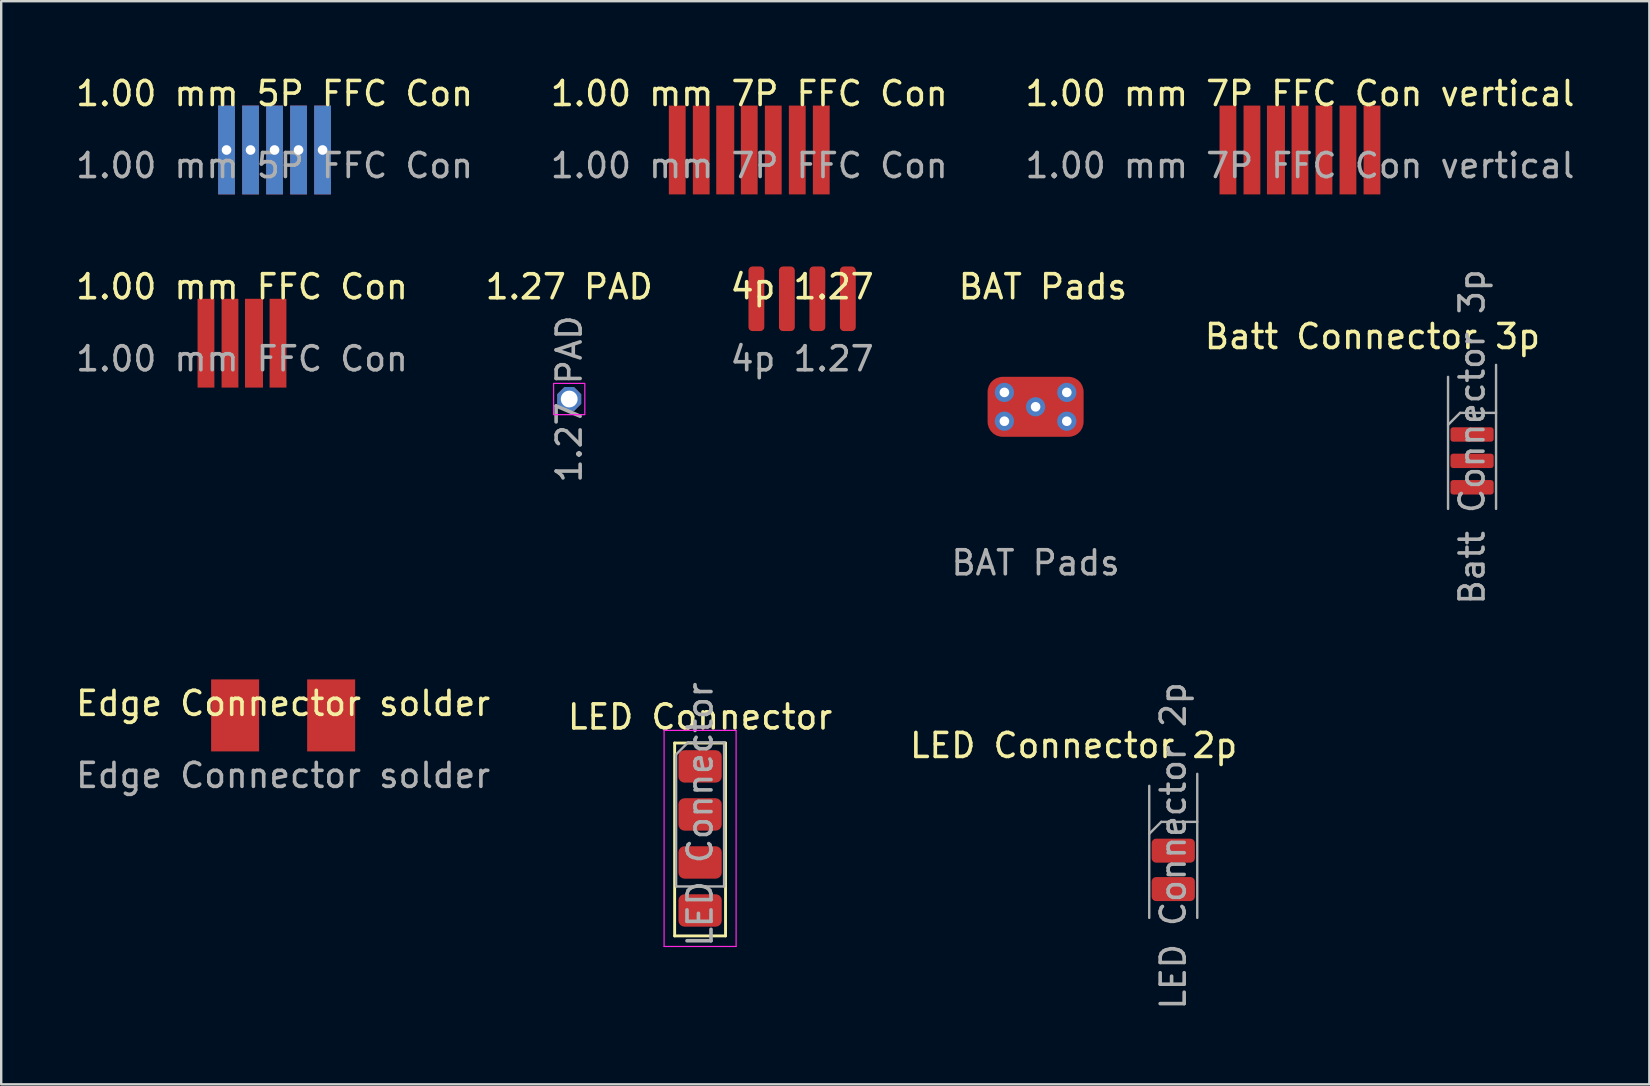
<source format=kicad_pcb>
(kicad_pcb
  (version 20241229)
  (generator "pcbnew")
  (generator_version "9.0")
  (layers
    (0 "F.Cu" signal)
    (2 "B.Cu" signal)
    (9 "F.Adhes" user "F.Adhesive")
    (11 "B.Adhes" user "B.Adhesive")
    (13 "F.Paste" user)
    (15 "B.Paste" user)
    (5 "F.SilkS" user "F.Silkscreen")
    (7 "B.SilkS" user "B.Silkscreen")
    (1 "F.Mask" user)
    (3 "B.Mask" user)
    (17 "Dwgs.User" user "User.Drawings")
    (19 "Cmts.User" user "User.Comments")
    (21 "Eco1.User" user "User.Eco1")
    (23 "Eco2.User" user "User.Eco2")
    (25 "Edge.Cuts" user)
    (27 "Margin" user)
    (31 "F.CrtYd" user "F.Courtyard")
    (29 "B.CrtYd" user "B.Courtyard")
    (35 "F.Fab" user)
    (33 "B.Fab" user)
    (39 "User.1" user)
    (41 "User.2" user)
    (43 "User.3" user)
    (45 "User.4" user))
  (footprint "1.00 mm FFC Con"
    (layer "F.Cu")
    (at 7.03 9.396)
    (property "Reference" "1.00 mm FFC Con" (at 0 -0.5 0) (unlocked yes) (layer "F.SilkS") (effects (font (size 1 1) (thickness 0.15))))
    (attr smd)
    (fp_text user "${REFERENCE}" (at 0 2.5 0) (unlocked yes) (layer "F.Fab") (effects (font (size 1 1) (thickness 0.15))))
    (pad "1" smd rect (at -1.5 1.85) (size 0.7 3.7) (layers "F.Cu" "F.Mask" "F.Paste"))
    (pad "2" smd rect (at -0.5 1.85) (size 0.7 3.7) (layers "F.Cu" "F.Mask" "F.Paste"))
    (pad "3" smd rect (at 0.5 1.85) (size 0.75 3.7) (layers "F.Cu" "F.Mask" "F.Paste"))
    (pad "4" smd rect (at 1.5 1.85) (size 0.7 3.7) (layers "F.Cu" "F.Mask" "F.Paste")))
  (footprint "1.27 PAD"
    (layer "F.Cu")
    (at 20.661 13.572)
    (property "Reference" "1.27 PAD" (at 0 -4.675 0) (layer "F.SilkS") (effects (font (size 1 1) (thickness 0.15))))
    (attr through_hole)
    (fp_rect (start -0.65 -0.65) (end 0.65 0.65) (stroke (width 0.05) (type default)) (fill no) (layer "F.CrtYd"))
    (fp_text user "${REFERENCE}" (at 0 0 90) (layer "F.Fab") (effects (font (size 1 1) (thickness 0.15))))
    (pad "1" thru_hole roundrect (at 0 0) (size 1 1) (drill 0.7) (layers "*.Cu" "*.Mask") (roundrect_rratio 0) (chamfer_ratio 0.3) (chamfer top_left top_right bottom_left bottom_right)))
  (footprint "LED Connector"
    (layer "F.Cu")
    (at 26.113 31.876)
    (property "Reference" "LED Connector" (at 0 -5.06 0) (layer "F.SilkS") (effects (font (size 1 1) (thickness 0.15))))
    (attr through_hole)
    (fp_line (start -1.06 -3.975) (end -1.06 4.06) (stroke (width 0.12) (type solid)) (layer "F.SilkS"))
    (fp_line (start -1.06 -3.975) (end 1.06 -3.975) (stroke (width 0.12) (type solid)) (layer "F.SilkS"))
    (fp_line (start -1.06 4.06) (end 1.06 4.06) (stroke (width 0.12) (type solid)) (layer "F.SilkS"))
    (fp_line (start 1.06 -3.975) (end 1.06 4.06) (stroke (width 0.12) (type solid)) (layer "F.SilkS"))
    (fp_line (start -1.5 -4.5) (end -1.5 4.5) (stroke (width 0.05) (type solid)) (layer "F.CrtYd"))
    (fp_line (start -1.5 4.5) (end 1.5 4.5) (stroke (width 0.05) (type solid)) (layer "F.CrtYd"))
    (fp_line (start 1.5 -4.5) (end -1.5 -4.5) (stroke (width 0.05) (type solid)) (layer "F.CrtYd"))
    (fp_line (start 1.5 4.5) (end 1.5 -4.5) (stroke (width 0.05) (type solid)) (layer "F.CrtYd"))
    (fp_line (start -1 -3.5) (end -0.5 -4) (stroke (width 0.1) (type solid)) (layer "F.Fab"))
    (fp_line (start -1 2) (end -1 -3.5) (stroke (width 0.1) (type solid)) (layer "F.Fab"))
    (fp_line (start -0.5 -4) (end 1 -4) (stroke (width 0.1) (type solid)) (layer "F.Fab"))
    (fp_line (start 1 -4) (end 1 2) (stroke (width 0.1) (type solid)) (layer "F.Fab"))
    (fp_line (start 1 2) (end -1 2) (stroke (width 0.1) (type solid)) (layer "F.Fab"))
    (fp_text user "${REFERENCE}" (at 0 -1 90) (layer "F.Fab") (effects (font (size 1 1) (thickness 0.15))))
    (pad "1" smd roundrect (at 0 -3) (size 1.8 1.35) (layers "F.Cu" "F.Mask" "F.Paste") (roundrect_rratio 0.185))
    (pad "2" smd roundrect (at 0 -1) (size 1.8 1.35) (layers "F.Cu" "F.Mask" "F.Paste") (roundrect_rratio 0.185))
    (pad "3" smd roundrect (at 0 1) (size 1.8 1.35) (layers "F.Cu" "F.Mask" "F.Paste") (roundrect_rratio 0.185))
    (pad "4" smd roundrect (at 0 3) (size 1.8 1.35) (layers "F.Cu" "F.Mask" "F.Paste") (roundrect_rratio 0.185)))
  (footprint "1.00 mm 5P FFC Con"
    (layer "F.Cu")
    (at 8.387 1.348)
    (property "Reference" "1.00 mm 5P FFC Con" (at 0 -0.5 0) (unlocked yes) (layer "F.SilkS") (effects (font (size 1 1) (thickness 0.15))))
    (attr smd)
    (fp_text user "${REFERENCE}" (at 0 2.5 0) (unlocked yes) (layer "F.Fab") (effects (font (size 1 1) (thickness 0.15))))
    (pad "1" thru_hole rect (at -2 1.85) (size 0.7 3.7) (drill 0.4) (layers "*.Cu" "*.Mask"))
    (pad "2" thru_hole rect (at -1 1.85) (size 0.7 3.7) (drill 0.4) (layers "*.Cu" "*.Mask"))
    (pad "3" thru_hole rect (at 0 1.85) (size 0.7 3.7) (drill 0.4) (layers "*.Cu" "*.Mask"))
    (pad "4" thru_hole rect (at 1 1.85) (size 0.7 3.7) (drill 0.4) (layers "*.Cu" "*.Mask"))
    (pad "5" thru_hole rect (at 2 1.85) (size 0.7 3.7) (drill 0.4) (layers "*.Cu" "*.Mask")))
  (footprint "1.00 mm 7P FFC Con"
    (layer "F.Cu")
    (at 28.161 1.348)
    (property "Reference" "1.00 mm 7P FFC Con" (at 0 -0.5 0) (unlocked yes) (layer "F.SilkS") (effects (font (size 1 1) (thickness 0.15))))
    (attr smd)
    (fp_text user "${REFERENCE}" (at 0 2.5 0) (unlocked yes) (layer "F.Fab") (effects (font (size 1 1) (thickness 0.15))))
    (pad "1" smd rect (at -3 1.85) (size 0.7 3.7) (layers "F.Cu" "F.Mask" "F.Paste"))
    (pad "2" smd rect (at -2 1.85) (size 0.7 3.7) (layers "F.Cu" "F.Mask" "F.Paste"))
    (pad "3" smd rect (at -1 1.85) (size 0.75 3.7) (layers "F.Cu" "F.Mask" "F.Paste"))
    (pad "4" smd rect (at 0 1.85) (size 0.7 3.7) (layers "F.Cu" "F.Mask" "F.Paste"))
    (pad "5" smd rect (at 1 1.85) (size 0.7 3.7) (layers "F.Cu" "F.Mask" "F.Paste"))
    (pad "6" smd rect (at 2 1.85) (size 0.7 3.7) (layers "F.Cu" "F.Mask" "F.Paste"))
    (pad "7" smd rect (at 3 1.85) (size 0.7 3.7) (layers "F.Cu" "F.Mask" "F.Paste")))
  (footprint "1.00 mm 7P FFC Con vertical"
    (layer "F.Cu")
    (at 51.101 1.348)
    (property "Reference" "1.00 mm 7P FFC Con vertical" (at 0 -0.5 0) (unlocked yes) (layer "F.SilkS") (effects (font (size 1 1) (thickness 0.15))))
    (attr smd)
    (fp_text user "${REFERENCE}" (at 0 2.5 0) (unlocked yes) (layer "F.Fab") (effects (font (size 1 1) (thickness 0.15))))
    (pad "1" smd rect (at -3 1.85) (size 0.7 3.7) (layers "F.Cu" "F.Mask" "F.Paste"))
    (pad "2" smd rect (at -1 1.85) (size 0.75 3.7) (layers "F.Cu" "F.Mask" "F.Paste"))
    (pad "3" smd rect (at 1 1.85) (size 0.7 3.7) (layers "F.Cu" "F.Mask" "F.Paste"))
    (pad "4" smd rect (at 3 1.85) (size 0.7 3.7) (layers "F.Cu" "F.Mask" "F.Paste"))
    (pad "5" smd rect (at -2 1.85) (size 0.7 3.7) (layers "F.Cu" "F.Mask" "F.Paste"))
    (pad "6" smd rect (at 0 1.85) (size 0.7 3.7) (layers "F.Cu" "F.Mask" "F.Paste"))
    (pad "7" smd rect (at 2 1.85) (size 0.7 3.7) (layers "F.Cu" "F.Mask" "F.Paste")))
  (footprint "Batt Connector 3p"
    (layer "F.Cu")
    (at 58.27 16.149)
    (property "Reference" "Batt Connector 3p" (at -4.15 -5.18 0) (layer "F.SilkS") (effects (font (size 1 1) (thickness 0.15))))
    (attr through_hole)
    (fp_line (start -1 -1.5) (end -0.5 -2) (stroke (width 0.1) (type solid)) (layer "F.Fab"))
    (fp_line (start -1 2) (end -1 -3.5) (stroke (width 0.1) (type solid)) (layer "F.Fab"))
    (fp_line (start -0.5 -2) (end 1 -2) (stroke (width 0.1) (type solid)) (layer "F.Fab"))
    (fp_line (start 1 -4) (end 1 2) (stroke (width 0.1) (type solid)) (layer "F.Fab"))
    (fp_text user "${REFERENCE}" (at 0 -1 90) (layer "F.Fab") (effects (font (size 1 1) (thickness 0.15))))
    (pad "1" smd roundrect (at 0 -1.1) (size 1.8 0.6) (layers "F.Cu" "F.Mask" "F.Paste") (roundrect_rratio 0.185))
    (pad "2" smd roundrect (at 0 0) (size 1.8 0.6) (layers "F.Cu" "F.Mask" "F.Paste") (roundrect_rratio 0.185))
    (pad "3" smd roundrect (at 0 1.1) (size 1.8 0.6) (layers "F.Cu" "F.Mask" "F.Paste") (roundrect_rratio 0.185)))
  (footprint "Edge Connector solder"
    (layer "F.Cu")
    (at 8.744 26.751)
    (property "Reference" "Edge Connector solder" (at 0 -0.5 0) (unlocked yes) (layer "F.SilkS") (effects (font (size 1 1) (thickness 0.15))))
    (attr smd)
    (fp_text user "${REFERENCE}" (at 0 2.5 0) (unlocked yes) (layer "F.Fab") (effects (font (size 1 1) (thickness 0.15))))
    (pad "1" smd rect (at -2 0) (size 2 3) (layers "F.Cu" "F.Mask" "F.Paste"))
    (pad "2" smd rect (at 2 0) (size 2 3) (layers "F.Cu" "F.Mask" "F.Paste")))
  (footprint "4p 1.27"
    (layer "F.Cu")
    (at 30.363 9.396)
    (property "Reference" "4p 1.27" (at 0 -0.5 0) (unlocked yes) (layer "F.SilkS") (effects (font (size 1 1) (thickness 0.15))))
    (attr smd)
    (fp_text user "${REFERENCE}" (at 0 2.5 0) (unlocked yes) (layer "F.Fab") (effects (font (size 1 1) (thickness 0.15))))
    (pad "1" smd roundrect (at -1.905 0) (size 0.66 2.69) (layers "F.Cu" "F.Mask" "F.Paste") (roundrect_rratio 0.25))
    (pad "2" smd roundrect (at -0.635 0) (size 0.66 2.69) (layers "F.Cu" "F.Mask" "F.Paste") (roundrect_rratio 0.25))
    (pad "3" smd roundrect (at 0.635 0) (size 0.66 2.69) (layers "F.Cu" "F.Mask" "F.Paste") (roundrect_rratio 0.25))
    (pad "4" smd roundrect (at 1.905 0) (size 0.66 2.69) (layers "F.Cu" "F.Mask" "F.Paste") (roundrect_rratio 0.25)))
  (footprint "BAT Pads"
    (layer "F.Cu")
    (at 40.089 13.896)
    (property "Reference" "BAT Pads" (at 0.305 -5 0) (unlocked yes) (layer "F.SilkS") (effects (font (size 1 1) (thickness 0.15))))
    (attr smd)
    (fp_text user "${REFERENCE}" (at 0 6.5 0) (unlocked yes) (layer "F.Fab") (effects (font (size 1 1) (thickness 0.15))))
    (pad "1" thru_hole circle (at -1.3 -0.6) (size 0.8 0.8) (drill 0.4) (layers "*.Cu" "*.Mask"))
    (pad "1" thru_hole circle (at -1.3 0.6) (size 0.8 0.8) (drill 0.4) (layers "*.Cu" "*.Mask"))
    (pad "1" thru_hole circle (at 0 0) (size 0.8 0.8) (drill 0.4) (layers "*.Cu" "*.Mask"))
    (pad "1" smd roundrect (at 0 0) (size 4 2.5) (layers "F.Cu" "F.Mask" "F.Paste") (roundrect_rratio 0.25))
    (pad "1" thru_hole circle (at 1.3 -0.6) (size 0.8 0.8) (drill 0.4) (layers "*.Cu" "*.Mask"))
    (pad "1" thru_hole circle (at 1.3 0.6) (size 0.8 0.8) (drill 0.4) (layers "*.Cu" "*.Mask")))
  (footprint "LED Connector 2p"
    (layer "F.Cu")
    (at 45.823 33.185)
    (property "Reference" "LED Connector 2p" (at -4.15 -5.18 0) (layer "F.SilkS") (effects (font (size 1 1) (thickness 0.15))))
    (attr through_hole)
    (fp_line (start -1 -1.5) (end -0.5 -2) (stroke (width 0.1) (type solid)) (layer "F.Fab"))
    (fp_line (start -1 2) (end -1 -3.5) (stroke (width 0.1) (type solid)) (layer "F.Fab"))
    (fp_line (start -0.5 -2) (end 1 -2) (stroke (width 0.1) (type solid)) (layer "F.Fab"))
    (fp_line (start 1 -4) (end 1 2) (stroke (width 0.1) (type solid)) (layer "F.Fab"))
    (fp_text user "${REFERENCE}" (at 0 -1 90) (layer "F.Fab") (effects (font (size 1 1) (thickness 0.15))))
    (pad "1" smd roundrect (at 0 -0.8) (size 1.8 1) (layers "F.Cu" "F.Mask" "F.Paste") (roundrect_rratio 0.185))
    (pad "2" smd roundrect (at 0 0.8) (size 1.8 1) (layers "F.Cu" "F.Mask" "F.Paste") (roundrect_rratio 0.185)))
  (gr_rect
    (start -3 -3)
    (end 65.655 42.12)
    (stroke (width 0.1) (type default))
    (fill no)
    (layer "Edge.Cuts")))
</source>
